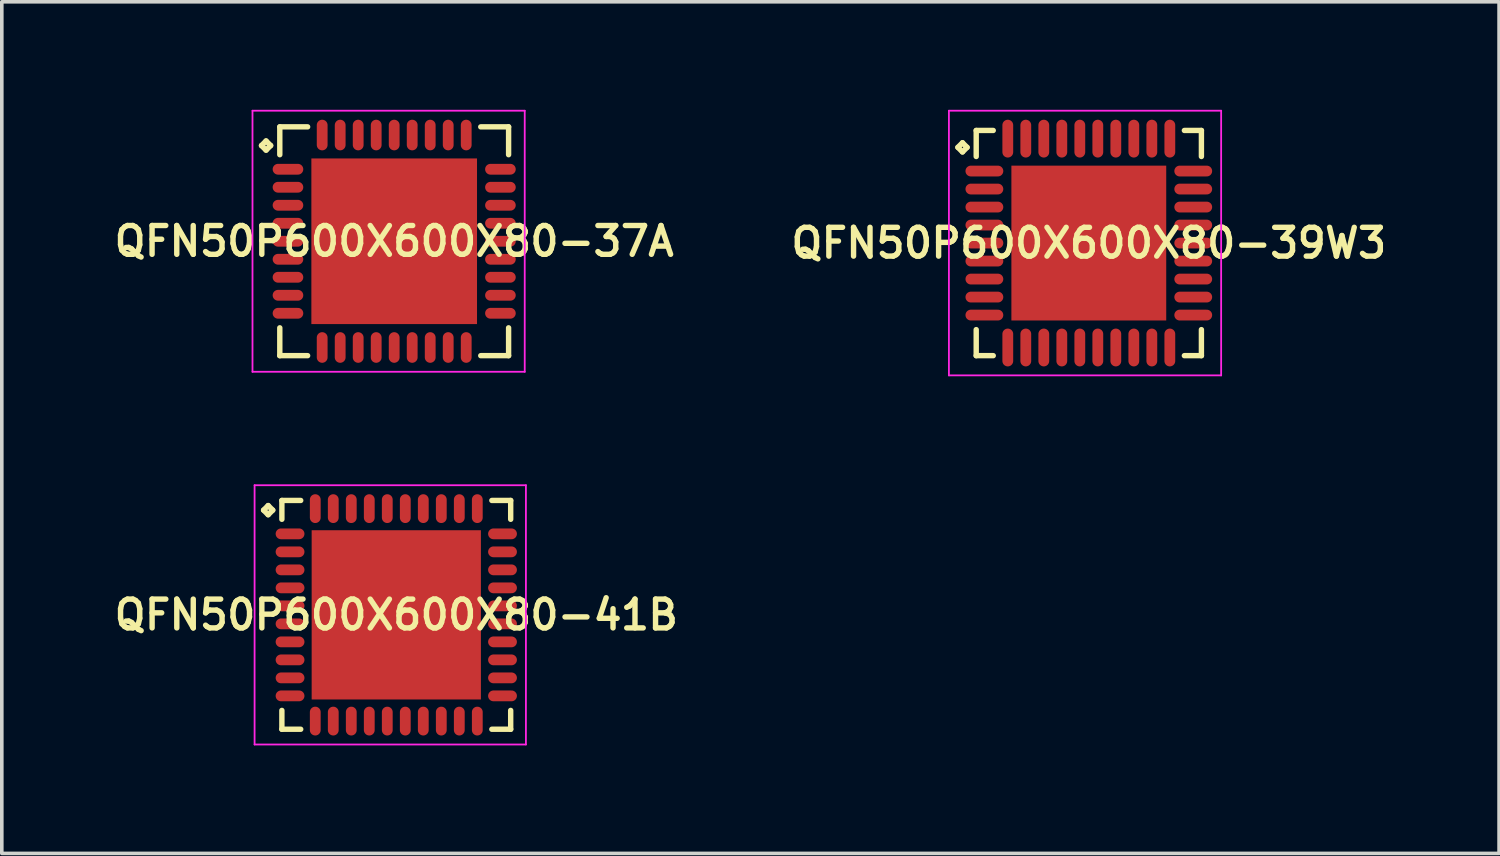
<source format=kicad_pcb>
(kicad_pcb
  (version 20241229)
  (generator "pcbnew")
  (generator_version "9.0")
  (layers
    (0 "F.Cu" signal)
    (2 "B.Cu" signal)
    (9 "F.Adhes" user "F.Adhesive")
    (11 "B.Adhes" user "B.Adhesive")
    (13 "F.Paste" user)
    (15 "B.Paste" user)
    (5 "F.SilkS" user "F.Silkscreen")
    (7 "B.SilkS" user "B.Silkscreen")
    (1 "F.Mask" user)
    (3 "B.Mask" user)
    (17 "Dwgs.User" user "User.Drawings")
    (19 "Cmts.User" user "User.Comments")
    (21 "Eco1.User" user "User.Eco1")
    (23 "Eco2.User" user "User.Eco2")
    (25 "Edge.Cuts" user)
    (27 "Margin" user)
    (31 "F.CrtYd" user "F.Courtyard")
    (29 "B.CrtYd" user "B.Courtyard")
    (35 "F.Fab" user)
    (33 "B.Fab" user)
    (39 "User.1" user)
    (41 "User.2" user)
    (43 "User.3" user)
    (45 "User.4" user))
  (footprint "QFN50P600X600X80-39W3"
    (layer "F.Cu")
    (at 27.187 3.7)
    (property "Reference" "QFN50P600X600X80-39W3" (at 0 0 0) (layer "F.SilkS") (effects (font (size 0.8 0.8) (thickness 0.15))))
    (attr smd)
    (fp_line (start -3.635 -2.658) (end -3.508 -2.785) (stroke (width 0.15) (type solid)) (layer "F.SilkS"))
    (fp_line (start -3.508 -2.785) (end -3.381 -2.658) (stroke (width 0.15) (type solid)) (layer "F.SilkS"))
    (fp_line (start -3.508 -2.531) (end -3.635 -2.658) (stroke (width 0.15) (type solid)) (layer "F.SilkS"))
    (fp_line (start -3.381 -2.658) (end -3.508 -2.531) (stroke (width 0.15) (type solid)) (layer "F.SilkS"))
    (fp_line (start -3.127 -3.127) (end -2.654 -3.127) (stroke (width 0.15) (type solid)) (layer "F.SilkS"))
    (fp_line (start -3.127 -2.404) (end -3.127 -3.127) (stroke (width 0.15) (type solid)) (layer "F.SilkS"))
    (fp_line (start -3.127 2.404) (end -3.127 3.127) (stroke (width 0.15) (type solid)) (layer "F.SilkS"))
    (fp_line (start -3.127 3.127) (end -2.654 3.127) (stroke (width 0.15) (type solid)) (layer "F.SilkS"))
    (fp_line (start 2.654 -3.127) (end 3.127 -3.127) (stroke (width 0.15) (type solid)) (layer "F.SilkS"))
    (fp_line (start 2.654 3.127) (end 3.127 3.127) (stroke (width 0.15) (type solid)) (layer "F.SilkS"))
    (fp_line (start 3.127 -3.127) (end 3.127 -2.404) (stroke (width 0.15) (type solid)) (layer "F.SilkS"))
    (fp_line (start 3.127 3.127) (end 3.127 2.404) (stroke (width 0.15) (type solid)) (layer "F.SilkS"))
    (fp_line (start -3.885 -3.675) (end 3.675 -3.675) (stroke (width 0.05) (type solid)) (layer "F.CrtYd"))
    (fp_line (start -3.885 3.675) (end -3.885 -3.675) (stroke (width 0.05) (type solid)) (layer "F.CrtYd"))
    (fp_line (start 3.675 -3.675) (end 3.675 3.675) (stroke (width 0.05) (type solid)) (layer "F.CrtYd"))
    (fp_line (start 3.675 3.675) (end -3.885 3.675) (stroke (width 0.05) (type solid)) (layer "F.CrtYd"))
    (pad "1" smd oval (at -2.9 -2) (size 1.05 0.3) (layers "F.Cu" "F.Mask" "F.Paste"))
    (pad "2" smd oval (at -2.9 -1.5) (size 1.05 0.3) (layers "F.Cu" "F.Mask" "F.Paste"))
    (pad "3" smd oval (at -2.9 -1) (size 1.05 0.3) (layers "F.Cu" "F.Mask" "F.Paste"))
    (pad "4" smd oval (at -2.9 -0.5) (size 1.05 0.3) (layers "F.Cu" "F.Mask" "F.Paste"))
    (pad "5" smd oval (at -2.9 0) (size 1.05 0.3) (layers "F.Cu" "F.Mask" "F.Paste"))
    (pad "6" smd oval (at -2.9 0.5) (size 1.05 0.3) (layers "F.Cu" "F.Mask" "F.Paste"))
    (pad "7" smd oval (at -2.9 1) (size 1.05 0.3) (layers "F.Cu" "F.Mask" "F.Paste"))
    (pad "8" smd oval (at -2.9 1.5) (size 1.05 0.3) (layers "F.Cu" "F.Mask" "F.Paste"))
    (pad "9" smd oval (at -2.9 2) (size 1.05 0.3) (layers "F.Cu" "F.Mask" "F.Paste"))
    (pad "10" smd oval (at -2.25 2.9) (size 0.3 1.05) (layers "F.Cu" "F.Mask" "F.Paste"))
    (pad "11" smd oval (at -1.75 2.9) (size 0.3 1.05) (layers "F.Cu" "F.Mask" "F.Paste"))
    (pad "12" smd oval (at -1.25 2.9) (size 0.3 1.05) (layers "F.Cu" "F.Mask" "F.Paste"))
    (pad "13" smd oval (at -0.75 2.9) (size 0.3 1.05) (layers "F.Cu" "F.Mask" "F.Paste"))
    (pad "14" smd oval (at -0.25 2.9) (size 0.3 1.05) (layers "F.Cu" "F.Mask" "F.Paste"))
    (pad "15" smd oval (at 0.25 2.9) (size 0.3 1.05) (layers "F.Cu" "F.Mask" "F.Paste"))
    (pad "16" smd oval (at 0.75 2.9) (size 0.3 1.05) (layers "F.Cu" "F.Mask" "F.Paste"))
    (pad "17" smd oval (at 1.25 2.9) (size 0.3 1.05) (layers "F.Cu" "F.Mask" "F.Paste"))
    (pad "18" smd oval (at 1.75 2.9) (size 0.3 1.05) (layers "F.Cu" "F.Mask" "F.Paste"))
    (pad "19" smd oval (at 2.25 2.9) (size 0.3 1.05) (layers "F.Cu" "F.Mask" "F.Paste"))
    (pad "20" smd oval (at 2.9 2) (size 1.05 0.3) (layers "F.Cu" "F.Mask" "F.Paste"))
    (pad "21" smd oval (at 2.9 1.5) (size 1.05 0.3) (layers "F.Cu" "F.Mask" "F.Paste"))
    (pad "22" smd oval (at 2.9 1) (size 1.05 0.3) (layers "F.Cu" "F.Mask" "F.Paste"))
    (pad "23" smd oval (at 2.9 0.5) (size 1.05 0.3) (layers "F.Cu" "F.Mask" "F.Paste"))
    (pad "24" smd oval (at 2.9 0) (size 1.05 0.3) (layers "F.Cu" "F.Mask" "F.Paste"))
    (pad "25" smd oval (at 2.9 -0.5) (size 1.05 0.3) (layers "F.Cu" "F.Mask" "F.Paste"))
    (pad "26" smd oval (at 2.9 -1) (size 1.05 0.3) (layers "F.Cu" "F.Mask" "F.Paste"))
    (pad "27" smd oval (at 2.9 -1.5) (size 1.05 0.3) (layers "F.Cu" "F.Mask" "F.Paste"))
    (pad "28" smd oval (at 2.9 -2) (size 1.05 0.3) (layers "F.Cu" "F.Mask" "F.Paste"))
    (pad "29" smd oval (at 2.25 -2.9) (size 0.3 1.05) (layers "F.Cu" "F.Mask" "F.Paste"))
    (pad "30" smd oval (at 1.75 -2.9) (size 0.3 1.05) (layers "F.Cu" "F.Mask" "F.Paste"))
    (pad "31" smd oval (at 1.25 -2.9) (size 0.3 1.05) (layers "F.Cu" "F.Mask" "F.Paste"))
    (pad "32" smd oval (at 0.75 -2.9) (size 0.3 1.05) (layers "F.Cu" "F.Mask" "F.Paste"))
    (pad "33" smd oval (at 0.25 -2.9) (size 0.3 1.05) (layers "F.Cu" "F.Mask" "F.Paste"))
    (pad "34" smd oval (at -0.25 -2.9) (size 0.3 1.05) (layers "F.Cu" "F.Mask" "F.Paste"))
    (pad "35" smd oval (at -0.75 -2.9) (size 0.3 1.05) (layers "F.Cu" "F.Mask" "F.Paste"))
    (pad "36" smd oval (at -1.25 -2.9) (size 0.3 1.05) (layers "F.Cu" "F.Mask" "F.Paste"))
    (pad "37" smd oval (at -1.75 -2.9) (size 0.3 1.05) (layers "F.Cu" "F.Mask" "F.Paste"))
    (pad "38" smd oval (at -2.25 -2.9) (size 0.3 1.05) (layers "F.Cu" "F.Mask" "F.Paste"))
    (pad "39" smd rect (at 0 0) (size 4.3 4.3) (layers "F.Cu" "F.Mask" "F.Paste")))
  (footprint "QFN50P600X600X80-37A"
    (layer "F.Cu")
    (at 7.897 3.65)
    (property "Reference" "QFN50P600X600X80-37A" (at 0 0 0) (layer "F.SilkS") (effects (font (size 0.8 0.8) (thickness 0.15))))
    (attr smd)
    (fp_line (start -3.685 -2.658) (end -3.558 -2.785) (stroke (width 0.15) (type solid)) (layer "F.SilkS"))
    (fp_line (start -3.558 -2.785) (end -3.431 -2.658) (stroke (width 0.15) (type solid)) (layer "F.SilkS"))
    (fp_line (start -3.558 -2.531) (end -3.685 -2.658) (stroke (width 0.15) (type solid)) (layer "F.SilkS"))
    (fp_line (start -3.431 -2.658) (end -3.558 -2.531) (stroke (width 0.15) (type solid)) (layer "F.SilkS"))
    (fp_line (start -3.177 -3.177) (end -2.404 -3.177) (stroke (width 0.15) (type solid)) (layer "F.SilkS"))
    (fp_line (start -3.177 -2.404) (end -3.177 -3.177) (stroke (width 0.15) (type solid)) (layer "F.SilkS"))
    (fp_line (start -3.177 2.404) (end -3.177 3.177) (stroke (width 0.15) (type solid)) (layer "F.SilkS"))
    (fp_line (start -3.177 3.177) (end -2.404 3.177) (stroke (width 0.15) (type solid)) (layer "F.SilkS"))
    (fp_line (start 2.404 -3.177) (end 3.177 -3.177) (stroke (width 0.15) (type solid)) (layer "F.SilkS"))
    (fp_line (start 2.404 3.177) (end 3.177 3.177) (stroke (width 0.15) (type solid)) (layer "F.SilkS"))
    (fp_line (start 3.177 -3.177) (end 3.177 -2.404) (stroke (width 0.15) (type solid)) (layer "F.SilkS"))
    (fp_line (start 3.177 3.177) (end 3.177 2.404) (stroke (width 0.15) (type solid)) (layer "F.SilkS"))
    (fp_line (start -3.935 -3.625) (end 3.625 -3.625) (stroke (width 0.05) (type solid)) (layer "F.CrtYd"))
    (fp_line (start -3.935 3.625) (end -3.935 -3.625) (stroke (width 0.05) (type solid)) (layer "F.CrtYd"))
    (fp_line (start 3.625 -3.625) (end 3.625 3.625) (stroke (width 0.05) (type solid)) (layer "F.CrtYd"))
    (fp_line (start 3.625 3.625) (end -3.935 3.625) (stroke (width 0.05) (type solid)) (layer "F.CrtYd"))
    (pad "1" smd oval (at -2.95 -2) (size 0.85 0.3) (layers "F.Cu" "F.Mask" "F.Paste"))
    (pad "2" smd oval (at -2.95 -1.5) (size 0.85 0.3) (layers "F.Cu" "F.Mask" "F.Paste"))
    (pad "3" smd oval (at -2.95 -1) (size 0.85 0.3) (layers "F.Cu" "F.Mask" "F.Paste"))
    (pad "4" smd oval (at -2.95 -0.5) (size 0.85 0.3) (layers "F.Cu" "F.Mask" "F.Paste"))
    (pad "5" smd oval (at -2.95 0) (size 0.85 0.3) (layers "F.Cu" "F.Mask" "F.Paste"))
    (pad "6" smd oval (at -2.95 0.5) (size 0.85 0.3) (layers "F.Cu" "F.Mask" "F.Paste"))
    (pad "7" smd oval (at -2.95 1) (size 0.85 0.3) (layers "F.Cu" "F.Mask" "F.Paste"))
    (pad "8" smd oval (at -2.95 1.5) (size 0.85 0.3) (layers "F.Cu" "F.Mask" "F.Paste"))
    (pad "9" smd oval (at -2.95 2) (size 0.85 0.3) (layers "F.Cu" "F.Mask" "F.Paste"))
    (pad "10" smd oval (at -2 2.95) (size 0.3 0.85) (layers "F.Cu" "F.Mask" "F.Paste"))
    (pad "11" smd oval (at -1.5 2.95) (size 0.3 0.85) (layers "F.Cu" "F.Mask" "F.Paste"))
    (pad "12" smd oval (at -1 2.95) (size 0.3 0.85) (layers "F.Cu" "F.Mask" "F.Paste"))
    (pad "13" smd oval (at -0.5 2.95) (size 0.3 0.85) (layers "F.Cu" "F.Mask" "F.Paste"))
    (pad "14" smd oval (at 0 2.95) (size 0.3 0.85) (layers "F.Cu" "F.Mask" "F.Paste"))
    (pad "15" smd oval (at 0.5 2.95) (size 0.3 0.85) (layers "F.Cu" "F.Mask" "F.Paste"))
    (pad "16" smd oval (at 1 2.95) (size 0.3 0.85) (layers "F.Cu" "F.Mask" "F.Paste"))
    (pad "17" smd oval (at 1.5 2.95) (size 0.3 0.85) (layers "F.Cu" "F.Mask" "F.Paste"))
    (pad "18" smd oval (at 2 2.95) (size 0.3 0.85) (layers "F.Cu" "F.Mask" "F.Paste"))
    (pad "19" smd oval (at 2.95 2) (size 0.85 0.3) (layers "F.Cu" "F.Mask" "F.Paste"))
    (pad "20" smd oval (at 2.95 1.5) (size 0.85 0.3) (layers "F.Cu" "F.Mask" "F.Paste"))
    (pad "21" smd oval (at 2.95 1) (size 0.85 0.3) (layers "F.Cu" "F.Mask" "F.Paste"))
    (pad "22" smd oval (at 2.95 0.5) (size 0.85 0.3) (layers "F.Cu" "F.Mask" "F.Paste"))
    (pad "23" smd oval (at 2.95 0) (size 0.85 0.3) (layers "F.Cu" "F.Mask" "F.Paste"))
    (pad "24" smd oval (at 2.95 -0.5) (size 0.85 0.3) (layers "F.Cu" "F.Mask" "F.Paste"))
    (pad "25" smd oval (at 2.95 -1) (size 0.85 0.3) (layers "F.Cu" "F.Mask" "F.Paste"))
    (pad "26" smd oval (at 2.95 -1.5) (size 0.85 0.3) (layers "F.Cu" "F.Mask" "F.Paste"))
    (pad "27" smd oval (at 2.95 -2) (size 0.85 0.3) (layers "F.Cu" "F.Mask" "F.Paste"))
    (pad "28" smd oval (at 2 -2.95) (size 0.3 0.85) (layers "F.Cu" "F.Mask" "F.Paste"))
    (pad "29" smd oval (at 1.5 -2.95) (size 0.3 0.85) (layers "F.Cu" "F.Mask" "F.Paste"))
    (pad "30" smd oval (at 1 -2.95) (size 0.3 0.85) (layers "F.Cu" "F.Mask" "F.Paste"))
    (pad "31" smd oval (at 0.5 -2.95) (size 0.3 0.85) (layers "F.Cu" "F.Mask" "F.Paste"))
    (pad "32" smd oval (at 0 -2.95) (size 0.3 0.85) (layers "F.Cu" "F.Mask" "F.Paste"))
    (pad "33" smd oval (at -0.5 -2.95) (size 0.3 0.85) (layers "F.Cu" "F.Mask" "F.Paste"))
    (pad "34" smd oval (at -1 -2.95) (size 0.3 0.85) (layers "F.Cu" "F.Mask" "F.Paste"))
    (pad "35" smd oval (at -1.5 -2.95) (size 0.3 0.85) (layers "F.Cu" "F.Mask" "F.Paste"))
    (pad "36" smd oval (at -2 -2.95) (size 0.3 0.85) (layers "F.Cu" "F.Mask" "F.Paste"))
    (pad "37" smd rect (at 0 0) (size 4.6 4.6) (layers "F.Cu" "F.Mask" "F.Paste")))
  (footprint "QFN50P600X600X80-41B"
    (layer "F.Cu")
    (at 7.955 14.025)
    (property "Reference" "QFN50P600X600X80-41B" (at 0 0 0) (layer "F.SilkS") (effects (font (size 0.8 0.8) (thickness 0.15))))
    (attr smd)
    (fp_line (start -3.685 -2.908) (end -3.558 -3.035) (stroke (width 0.15) (type solid)) (layer "F.SilkS"))
    (fp_line (start -3.558 -3.035) (end -3.431 -2.908) (stroke (width 0.15) (type solid)) (layer "F.SilkS"))
    (fp_line (start -3.558 -2.781) (end -3.685 -2.908) (stroke (width 0.15) (type solid)) (layer "F.SilkS"))
    (fp_line (start -3.431 -2.908) (end -3.558 -2.781) (stroke (width 0.15) (type solid)) (layer "F.SilkS"))
    (fp_line (start -3.177 -3.177) (end -2.654 -3.177) (stroke (width 0.15) (type solid)) (layer "F.SilkS"))
    (fp_line (start -3.177 -2.654) (end -3.177 -3.177) (stroke (width 0.15) (type solid)) (layer "F.SilkS"))
    (fp_line (start -3.177 2.654) (end -3.177 3.177) (stroke (width 0.15) (type solid)) (layer "F.SilkS"))
    (fp_line (start -3.177 3.177) (end -2.654 3.177) (stroke (width 0.15) (type solid)) (layer "F.SilkS"))
    (fp_line (start 2.654 -3.177) (end 3.177 -3.177) (stroke (width 0.15) (type solid)) (layer "F.SilkS"))
    (fp_line (start 2.654 3.177) (end 3.177 3.177) (stroke (width 0.15) (type solid)) (layer "F.SilkS"))
    (fp_line (start 3.177 -3.177) (end 3.177 -2.654) (stroke (width 0.15) (type solid)) (layer "F.SilkS"))
    (fp_line (start 3.177 3.177) (end 3.177 2.654) (stroke (width 0.15) (type solid)) (layer "F.SilkS"))
    (fp_line (start -3.935 -3.6) (end 3.6 -3.6) (stroke (width 0.05) (type solid)) (layer "F.CrtYd"))
    (fp_line (start -3.935 3.6) (end -3.935 -3.6) (stroke (width 0.05) (type solid)) (layer "F.CrtYd"))
    (fp_line (start 3.6 -3.6) (end 3.6 3.6) (stroke (width 0.05) (type solid)) (layer "F.CrtYd"))
    (fp_line (start 3.6 3.6) (end -3.935 3.6) (stroke (width 0.05) (type solid)) (layer "F.CrtYd"))
    (pad "1" smd oval (at -2.95 -2.25) (size 0.8 0.3) (layers "F.Cu" "F.Mask" "F.Paste"))
    (pad "2" smd oval (at -2.95 -1.75) (size 0.8 0.3) (layers "F.Cu" "F.Mask" "F.Paste"))
    (pad "3" smd oval (at -2.95 -1.25) (size 0.8 0.3) (layers "F.Cu" "F.Mask" "F.Paste"))
    (pad "4" smd oval (at -2.95 -0.75) (size 0.8 0.3) (layers "F.Cu" "F.Mask" "F.Paste"))
    (pad "5" smd oval (at -2.95 -0.25) (size 0.8 0.3) (layers "F.Cu" "F.Mask" "F.Paste"))
    (pad "6" smd oval (at -2.95 0.25) (size 0.8 0.3) (layers "F.Cu" "F.Mask" "F.Paste"))
    (pad "7" smd oval (at -2.95 0.75) (size 0.8 0.3) (layers "F.Cu" "F.Mask" "F.Paste"))
    (pad "8" smd oval (at -2.95 1.25) (size 0.8 0.3) (layers "F.Cu" "F.Mask" "F.Paste"))
    (pad "9" smd oval (at -2.95 1.75) (size 0.8 0.3) (layers "F.Cu" "F.Mask" "F.Paste"))
    (pad "10" smd oval (at -2.95 2.25) (size 0.8 0.3) (layers "F.Cu" "F.Mask" "F.Paste"))
    (pad "11" smd oval (at -2.25 2.95) (size 0.3 0.8) (layers "F.Cu" "F.Mask" "F.Paste"))
    (pad "12" smd oval (at -1.75 2.95) (size 0.3 0.8) (layers "F.Cu" "F.Mask" "F.Paste"))
    (pad "13" smd oval (at -1.25 2.95) (size 0.3 0.8) (layers "F.Cu" "F.Mask" "F.Paste"))
    (pad "14" smd oval (at -0.75 2.95) (size 0.3 0.8) (layers "F.Cu" "F.Mask" "F.Paste"))
    (pad "15" smd oval (at -0.25 2.95) (size 0.3 0.8) (layers "F.Cu" "F.Mask" "F.Paste"))
    (pad "16" smd oval (at 0.25 2.95) (size 0.3 0.8) (layers "F.Cu" "F.Mask" "F.Paste"))
    (pad "17" smd oval (at 0.75 2.95) (size 0.3 0.8) (layers "F.Cu" "F.Mask" "F.Paste"))
    (pad "18" smd oval (at 1.25 2.95) (size 0.3 0.8) (layers "F.Cu" "F.Mask" "F.Paste"))
    (pad "19" smd oval (at 1.75 2.95) (size 0.3 0.8) (layers "F.Cu" "F.Mask" "F.Paste"))
    (pad "20" smd oval (at 2.25 2.95) (size 0.3 0.8) (layers "F.Cu" "F.Mask" "F.Paste"))
    (pad "21" smd oval (at 2.95 2.25) (size 0.8 0.3) (layers "F.Cu" "F.Mask" "F.Paste"))
    (pad "22" smd oval (at 2.95 1.75) (size 0.8 0.3) (layers "F.Cu" "F.Mask" "F.Paste"))
    (pad "23" smd oval (at 2.95 1.25) (size 0.8 0.3) (layers "F.Cu" "F.Mask" "F.Paste"))
    (pad "24" smd oval (at 2.95 0.75) (size 0.8 0.3) (layers "F.Cu" "F.Mask" "F.Paste"))
    (pad "25" smd oval (at 2.95 0.25) (size 0.8 0.3) (layers "F.Cu" "F.Mask" "F.Paste"))
    (pad "26" smd oval (at 2.95 -0.25) (size 0.8 0.3) (layers "F.Cu" "F.Mask" "F.Paste"))
    (pad "27" smd oval (at 2.95 -0.75) (size 0.8 0.3) (layers "F.Cu" "F.Mask" "F.Paste"))
    (pad "28" smd oval (at 2.95 -1.25) (size 0.8 0.3) (layers "F.Cu" "F.Mask" "F.Paste"))
    (pad "29" smd oval (at 2.95 -1.75) (size 0.8 0.3) (layers "F.Cu" "F.Mask" "F.Paste"))
    (pad "30" smd oval (at 2.95 -2.25) (size 0.8 0.3) (layers "F.Cu" "F.Mask" "F.Paste"))
    (pad "31" smd oval (at 2.25 -2.95) (size 0.3 0.8) (layers "F.Cu" "F.Mask" "F.Paste"))
    (pad "32" smd oval (at 1.75 -2.95) (size 0.3 0.8) (layers "F.Cu" "F.Mask" "F.Paste"))
    (pad "33" smd oval (at 1.25 -2.95) (size 0.3 0.8) (layers "F.Cu" "F.Mask" "F.Paste"))
    (pad "34" smd oval (at 0.75 -2.95) (size 0.3 0.8) (layers "F.Cu" "F.Mask" "F.Paste"))
    (pad "35" smd oval (at 0.25 -2.95) (size 0.3 0.8) (layers "F.Cu" "F.Mask" "F.Paste"))
    (pad "36" smd oval (at -0.25 -2.95) (size 0.3 0.8) (layers "F.Cu" "F.Mask" "F.Paste"))
    (pad "37" smd oval (at -0.75 -2.95) (size 0.3 0.8) (layers "F.Cu" "F.Mask" "F.Paste"))
    (pad "38" smd oval (at -1.25 -2.95) (size 0.3 0.8) (layers "F.Cu" "F.Mask" "F.Paste"))
    (pad "39" smd oval (at -1.75 -2.95) (size 0.3 0.8) (layers "F.Cu" "F.Mask" "F.Paste"))
    (pad "40" smd oval (at -2.25 -2.95) (size 0.3 0.8) (layers "F.Cu" "F.Mask" "F.Paste"))
    (pad "41" smd rect (at 0 0) (size 4.7 4.7) (layers "F.Cu" "F.Mask" "F.Paste")))
  (gr_rect
    (start -3 -3)
    (end 38.58 20.65)
    (stroke (width 0.1) (type default))
    (fill no)
    (layer "Edge.Cuts")))
</source>
